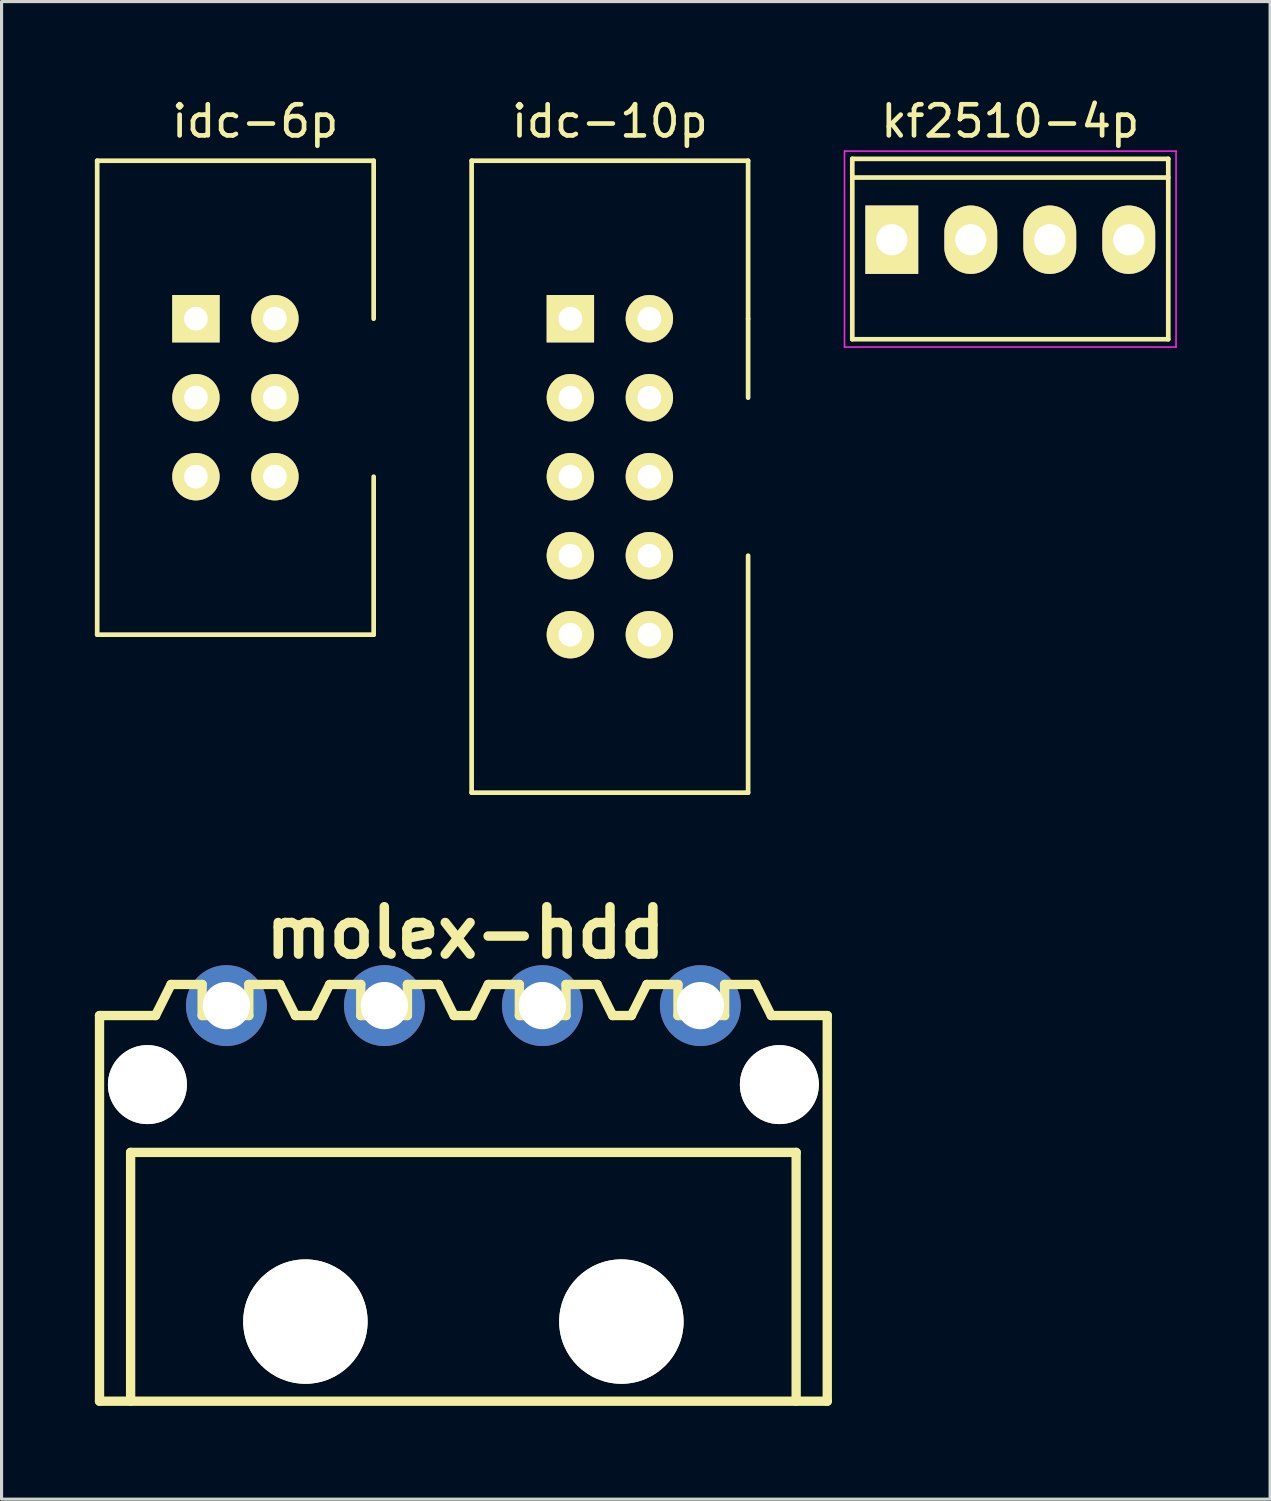
<source format=kicad_pcb>
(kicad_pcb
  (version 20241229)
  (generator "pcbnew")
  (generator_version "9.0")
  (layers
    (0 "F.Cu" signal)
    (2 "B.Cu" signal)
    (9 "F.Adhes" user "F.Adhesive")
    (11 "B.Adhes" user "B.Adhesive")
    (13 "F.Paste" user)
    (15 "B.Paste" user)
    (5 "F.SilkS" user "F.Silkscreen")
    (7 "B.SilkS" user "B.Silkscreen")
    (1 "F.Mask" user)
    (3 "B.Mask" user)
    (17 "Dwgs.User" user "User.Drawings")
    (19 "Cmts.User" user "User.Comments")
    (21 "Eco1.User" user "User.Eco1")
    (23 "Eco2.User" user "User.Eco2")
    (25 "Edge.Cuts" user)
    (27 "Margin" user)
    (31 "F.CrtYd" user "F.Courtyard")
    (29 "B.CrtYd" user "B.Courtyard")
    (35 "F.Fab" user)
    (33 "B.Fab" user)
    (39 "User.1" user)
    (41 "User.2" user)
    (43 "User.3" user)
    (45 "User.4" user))
  (footprint "idc-6p"
    (layer "F.Cu")
    (at 3.25 7.198)
    (property "Reference" "idc-6p" (at 1.905 -6.35 0) (layer "F.SilkS") (effects (font (size 1 1) (thickness 0.15))))
    (attr through_hole)
    (fp_line (start -3.175 -5.08) (end -3.175 10.16) (stroke (width 0.15) (type solid)) (layer "F.SilkS"))
    (fp_line (start -3.175 10.16) (end 5.715 10.16) (stroke (width 0.15) (type solid)) (layer "F.SilkS"))
    (fp_line (start 5.715 -5.08) (end -3.175 -5.08) (stroke (width 0.15) (type solid)) (layer "F.SilkS"))
    (fp_line (start 5.715 0) (end 5.715 -5.08) (stroke (width 0.15) (type solid)) (layer "F.SilkS"))
    (fp_line (start 5.715 10.16) (end 5.715 5.08) (stroke (width 0.15) (type solid)) (layer "F.SilkS"))
    (pad "1" thru_hole rect (at 0 0) (size 1.524 1.524) (drill 0.762) (layers "*.Cu" "*.Mask" "F.SilkS"))
    (pad "2" thru_hole circle (at 2.54 0) (size 1.524 1.524) (drill 0.762) (layers "*.Cu" "*.Mask" "F.SilkS"))
    (pad "3" thru_hole circle (at 0 2.54) (size 1.524 1.524) (drill 0.762) (layers "*.Cu" "*.Mask" "F.SilkS"))
    (pad "4" thru_hole circle (at 2.54 2.54) (size 1.524 1.524) (drill 0.762) (layers "*.Cu" "*.Mask" "F.SilkS"))
    (pad "5" thru_hole circle (at 0 5.08) (size 1.524 1.524) (drill 0.762) (layers "*.Cu" "*.Mask" "F.SilkS"))
    (pad "6" thru_hole circle (at 2.54 5.08) (size 1.524 1.524) (drill 0.762) (layers "*.Cu" "*.Mask" "F.SilkS")))
  (footprint "molex-hdd"
    (layer "F.Cu")
    (at 11.85 35.305)
    (property "Reference" "molex-hdd" (at 0.07 -8.365 0) (layer "F.SilkS") (effects (font (size 1.524 1.524) (thickness 0.305))))
    (attr through_hole)
    (fp_line (start -11.7 -5.7) (end -11.7 6.7) (stroke (width 0.3) (type solid)) (layer "F.SilkS"))
    (fp_line (start -11.7 6.7) (end 11.7 6.7) (stroke (width 0.3) (type solid)) (layer "F.SilkS"))
    (fp_line (start -10.7 -1.3) (end -10.7 6.7) (stroke (width 0.3) (type solid)) (layer "F.SilkS"))
    (fp_line (start -10.7 -1.3) (end 10.7 -1.3) (stroke (width 0.3) (type solid)) (layer "F.SilkS"))
    (fp_line (start -9.9 -5.7) (end -11.7 -5.7) (stroke (width 0.3) (type solid)) (layer "F.SilkS"))
    (fp_line (start -9.4 -6.7) (end -9.9 -5.7) (stroke (width 0.3) (type solid)) (layer "F.SilkS"))
    (fp_line (start -8.4 -6.7) (end -9.4 -6.7) (stroke (width 0.3) (type solid)) (layer "F.SilkS"))
    (fp_line (start -8.4 -5.7) (end -8.4 -6.7) (stroke (width 0.3) (type solid)) (layer "F.SilkS"))
    (fp_line (start -6.9 -6.7) (end -5.9 -6.7) (stroke (width 0.3) (type solid)) (layer "F.SilkS"))
    (fp_line (start -6.9 -5.7) (end -8.4 -5.7) (stroke (width 0.3) (type solid)) (layer "F.SilkS"))
    (fp_line (start -6.9 -5.7) (end -6.9 -6.7) (stroke (width 0.3) (type solid)) (layer "F.SilkS"))
    (fp_line (start -5.9 -6.7) (end -5.4 -5.7) (stroke (width 0.3) (type solid)) (layer "F.SilkS"))
    (fp_line (start -4.8 -5.7) (end -5.4 -5.7) (stroke (width 0.3) (type solid)) (layer "F.SilkS"))
    (fp_line (start -4.3 -6.7) (end -4.8 -5.7) (stroke (width 0.3) (type solid)) (layer "F.SilkS"))
    (fp_line (start -3.3 -6.7) (end -4.3 -6.7) (stroke (width 0.3) (type solid)) (layer "F.SilkS"))
    (fp_line (start -3.3 -5.7) (end -3.3 -6.7) (stroke (width 0.3) (type solid)) (layer "F.SilkS"))
    (fp_line (start -1.8 -6.7) (end -0.8 -6.7) (stroke (width 0.3) (type solid)) (layer "F.SilkS"))
    (fp_line (start -1.8 -5.7) (end -3.3 -5.7) (stroke (width 0.3) (type solid)) (layer "F.SilkS"))
    (fp_line (start -1.8 -5.7) (end -1.8 -6.7) (stroke (width 0.3) (type solid)) (layer "F.SilkS"))
    (fp_line (start -0.8 -6.7) (end -0.3 -5.7) (stroke (width 0.3) (type solid)) (layer "F.SilkS"))
    (fp_line (start 0.3 -5.7) (end -0.3 -5.7) (stroke (width 0.3) (type solid)) (layer "F.SilkS"))
    (fp_line (start 0.8 -6.7) (end 0.3 -5.7) (stroke (width 0.3) (type solid)) (layer "F.SilkS"))
    (fp_line (start 1.8 -6.7) (end 0.8 -6.7) (stroke (width 0.3) (type solid)) (layer "F.SilkS"))
    (fp_line (start 1.8 -5.7) (end 1.8 -6.7) (stroke (width 0.3) (type solid)) (layer "F.SilkS"))
    (fp_line (start 3.3 -6.7) (end 4.3 -6.7) (stroke (width 0.3) (type solid)) (layer "F.SilkS"))
    (fp_line (start 3.3 -5.7) (end 1.8 -5.7) (stroke (width 0.3) (type solid)) (layer "F.SilkS"))
    (fp_line (start 3.3 -5.7) (end 3.3 -6.7) (stroke (width 0.3) (type solid)) (layer "F.SilkS"))
    (fp_line (start 4.3 -6.7) (end 4.8 -5.7) (stroke (width 0.3) (type solid)) (layer "F.SilkS"))
    (fp_line (start 5.4 -5.7) (end 4.8 -5.7) (stroke (width 0.3) (type solid)) (layer "F.SilkS"))
    (fp_line (start 5.9 -6.7) (end 5.4 -5.7) (stroke (width 0.3) (type solid)) (layer "F.SilkS"))
    (fp_line (start 6.9 -6.7) (end 5.9 -6.7) (stroke (width 0.3) (type solid)) (layer "F.SilkS"))
    (fp_line (start 6.9 -5.7) (end 6.9 -6.7) (stroke (width 0.3) (type solid)) (layer "F.SilkS"))
    (fp_line (start 8.4 -6.7) (end 9.4 -6.7) (stroke (width 0.3) (type solid)) (layer "F.SilkS"))
    (fp_line (start 8.4 -5.7) (end 6.9 -5.7) (stroke (width 0.3) (type solid)) (layer "F.SilkS"))
    (fp_line (start 8.4 -5.7) (end 8.4 -6.7) (stroke (width 0.3) (type solid)) (layer "F.SilkS"))
    (fp_line (start 9.4 -6.7) (end 9.9 -5.7) (stroke (width 0.3) (type solid)) (layer "F.SilkS"))
    (fp_line (start 10.7 -1.3) (end 10.7 6.7) (stroke (width 0.3) (type solid)) (layer "F.SilkS"))
    (fp_line (start 11.7 -5.7) (end 9.9 -5.7) (stroke (width 0.3) (type solid)) (layer "F.SilkS"))
    (fp_line (start 11.7 -5.7) (end 11.7 6.7) (stroke (width 0.3) (type solid)) (layer "F.SilkS"))
    (pad "" np_thru_hole circle (at -10.16 -3.48) (size 2.54 2.54) (drill 2.54) (layers "*.Cu" "*.Mask" "F.SilkS"))
    (pad "" np_thru_hole circle (at -5.08 4.14) (size 4 4) (drill 4) (layers "*.Cu" "*.Mask" "F.SilkS"))
    (pad "" np_thru_hole circle (at 5.08 4.14) (size 4 4) (drill 4) (layers "*.Cu" "*.Mask" "F.SilkS"))
    (pad "" np_thru_hole circle (at 10.16 -3.48) (size 2.54 2.54) (drill 2.54) (layers "*.Cu" "*.Mask" "F.SilkS"))
    (pad "1" thru_hole circle (at -7.62 -6.02) (size 2.6 2.6) (drill 1.52) (layers "*.Cu" "*.Mask"))
    (pad "2" thru_hole circle (at -2.54 -6.02) (size 2.6 2.6) (drill 1.52) (layers "*.Cu" "*.Mask"))
    (pad "3" thru_hole circle (at 2.54 -6.02) (size 2.6 2.6) (drill 1.52) (layers "*.Cu" "*.Mask"))
    (pad "4" thru_hole circle (at 7.62 -6.02) (size 2.6 2.6) (drill 1.52) (layers "*.Cu" "*.Mask")))
  (footprint "kf2510-4p"
    (layer "F.Cu")
    (at 29.435 4.658)
    (property "Reference" "kf2510-4p" (at 0 -3.81 0) (layer "F.SilkS") (effects (font (size 1 1) (thickness 0.15))))
    (attr through_hole)
    (fp_line (start -5.08 -2.6) (end 5.08 -2.6) (stroke (width 0.15) (type solid)) (layer "F.SilkS"))
    (fp_line (start -5.08 -2) (end 5.08 -2) (stroke (width 0.15) (type solid)) (layer "F.SilkS"))
    (fp_line (start -5.08 3.2) (end -5.08 -2.6) (stroke (width 0.15) (type solid)) (layer "F.SilkS"))
    (fp_line (start 5.08 -2.6) (end 5.08 3.2) (stroke (width 0.15) (type solid)) (layer "F.SilkS"))
    (fp_line (start 5.08 3.2) (end -5.08 3.2) (stroke (width 0.15) (type solid)) (layer "F.SilkS"))
    (fp_line (start -5.33 -2.85) (end 5.33 -2.85) (stroke (width 0.05) (type solid)) (layer "F.CrtYd"))
    (fp_line (start -5.33 3.45) (end -5.33 -2.85) (stroke (width 0.05) (type solid)) (layer "F.CrtYd"))
    (fp_line (start 5.33 -2.85) (end 5.33 3.45) (stroke (width 0.05) (type solid)) (layer "F.CrtYd"))
    (fp_line (start 5.33 3.45) (end -5.33 3.45) (stroke (width 0.05) (type solid)) (layer "F.CrtYd"))
    (pad "1" thru_hole rect (at -3.81 0) (size 1.7 2.2) (drill 1) (layers "*.Cu" "*.Mask" "F.SilkS"))
    (pad "2" thru_hole oval (at -1.27 0) (size 1.7 2.2) (drill 1) (layers "*.Cu" "*.Mask" "F.SilkS"))
    (pad "3" thru_hole oval (at 1.27 0) (size 1.7 2.2) (drill 1) (layers "*.Cu" "*.Mask" "F.SilkS"))
    (pad "4" thru_hole oval (at 3.81 0) (size 1.7 2.2) (drill 1) (layers "*.Cu" "*.Mask" "F.SilkS")))
  (footprint "idc-10p"
    (layer "F.Cu")
    (at 15.29 7.198)
    (property "Reference" "idc-10p" (at 1.27 -6.35 0) (layer "F.SilkS") (effects (font (size 1 1) (thickness 0.15))))
    (attr through_hole)
    (fp_line (start -3.175 -5.08) (end -3.175 15.24) (stroke (width 0.15) (type solid)) (layer "F.SilkS"))
    (fp_line (start -3.175 15.24) (end 5.715 15.24) (stroke (width 0.15) (type solid)) (layer "F.SilkS"))
    (fp_line (start 5.715 -5.08) (end -3.175 -5.08) (stroke (width 0.15) (type solid)) (layer "F.SilkS"))
    (fp_line (start 5.715 0) (end 5.715 -5.08) (stroke (width 0.15) (type solid)) (layer "F.SilkS"))
    (fp_line (start 5.715 0) (end 5.715 2.54) (stroke (width 0.15) (type solid)) (layer "F.SilkS"))
    (fp_line (start 5.715 15.24) (end 5.715 7.62) (stroke (width 0.15) (type solid)) (layer "F.SilkS"))
    (pad "1" thru_hole rect (at 0 0) (size 1.524 1.524) (drill 0.762) (layers "*.Cu" "*.Mask" "F.SilkS"))
    (pad "2" thru_hole circle (at 2.54 0) (size 1.524 1.524) (drill 0.762) (layers "*.Cu" "*.Mask" "F.SilkS"))
    (pad "3" thru_hole circle (at 0 2.54) (size 1.524 1.524) (drill 0.762) (layers "*.Cu" "*.Mask" "F.SilkS"))
    (pad "4" thru_hole circle (at 2.54 2.54) (size 1.524 1.524) (drill 0.762) (layers "*.Cu" "*.Mask" "F.SilkS"))
    (pad "5" thru_hole circle (at 0 5.08) (size 1.524 1.524) (drill 0.762) (layers "*.Cu" "*.Mask" "F.SilkS"))
    (pad "6" thru_hole circle (at 2.54 5.08) (size 1.524 1.524) (drill 0.762) (layers "*.Cu" "*.Mask" "F.SilkS"))
    (pad "7" thru_hole circle (at 0 7.62) (size 1.524 1.524) (drill 0.762) (layers "*.Cu" "*.Mask" "F.SilkS"))
    (pad "8" thru_hole circle (at 2.54 7.62) (size 1.524 1.524) (drill 0.762) (layers "*.Cu" "*.Mask" "F.SilkS"))
    (pad "9" thru_hole circle (at 0 10.16) (size 1.524 1.524) (drill 0.762) (layers "*.Cu" "*.Mask" "F.SilkS"))
    (pad "10" thru_hole circle (at 2.54 10.16) (size 1.524 1.524) (drill 0.762) (layers "*.Cu" "*.Mask" "F.SilkS")))
  (gr_rect
    (start -3 -3)
    (end 37.79 45.155)
    (stroke (width 0.1) (type default))
    (fill no)
    (layer "Edge.Cuts")))
</source>
